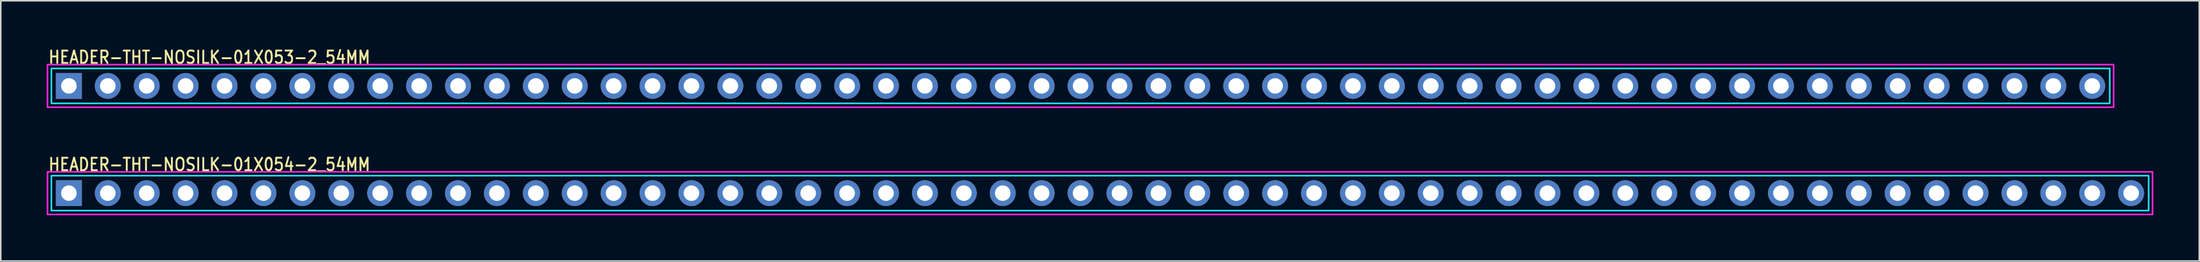
<source format=kicad_pcb>
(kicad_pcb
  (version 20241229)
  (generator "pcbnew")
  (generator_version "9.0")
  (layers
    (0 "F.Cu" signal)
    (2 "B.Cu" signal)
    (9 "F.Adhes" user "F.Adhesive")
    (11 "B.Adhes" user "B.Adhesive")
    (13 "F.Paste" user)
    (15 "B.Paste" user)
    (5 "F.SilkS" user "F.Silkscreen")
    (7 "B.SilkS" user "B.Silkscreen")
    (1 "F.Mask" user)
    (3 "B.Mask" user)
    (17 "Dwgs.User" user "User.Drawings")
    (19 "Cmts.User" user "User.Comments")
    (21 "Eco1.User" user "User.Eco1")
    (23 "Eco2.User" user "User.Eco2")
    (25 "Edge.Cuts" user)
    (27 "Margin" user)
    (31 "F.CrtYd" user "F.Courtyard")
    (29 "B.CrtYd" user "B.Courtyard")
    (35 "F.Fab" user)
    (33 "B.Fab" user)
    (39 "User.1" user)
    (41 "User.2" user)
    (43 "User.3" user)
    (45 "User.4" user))
  (footprint "HEADER-THT-NOSILK-01X053-2_54MM"
    (layer "F.Cu")
    (at 1.447 2.579)
    (property "Reference" "HEADER-THT-NOSILK-01X053-2_54MM" (at -1.4 -1.4 0) (unlocked yes) (layer "F.SilkS") (effects (font (size 0.813 0.695) (thickness 0.122)) (justify left bottom)))
    (fp_poly (pts (xy -1.143 -1.143) (xy 133.223 -1.143) (xy 133.223 1.143) (xy -1.143 1.143)) (stroke (width 0.1) (type solid)) (fill no) (layer "B.CrtYd"))
    (fp_poly (pts (xy -1.397 -1.397) (xy 133.477 -1.397) (xy 133.477 1.397) (xy -1.397 1.397)) (stroke (width 0.1) (type solid)) (fill no) (layer "F.CrtYd"))
    (pad "1" thru_hole rect (at 0 0) (size 1.693 1.693) (drill 1.016) (layers "*.Cu" "*.Mask"))
    (pad "2" thru_hole oval (at 2.54 0) (size 1.693 1.693) (drill 1.016) (layers "*.Cu" "*.Mask"))
    (pad "3" thru_hole oval (at 5.08 0) (size 1.693 1.693) (drill 1.016) (layers "*.Cu" "*.Mask"))
    (pad "4" thru_hole oval (at 7.62 0) (size 1.693 1.693) (drill 1.016) (layers "*.Cu" "*.Mask"))
    (pad "5" thru_hole oval (at 10.16 0) (size 1.693 1.693) (drill 1.016) (layers "*.Cu" "*.Mask"))
    (pad "6" thru_hole oval (at 12.7 0) (size 1.693 1.693) (drill 1.016) (layers "*.Cu" "*.Mask"))
    (pad "7" thru_hole oval (at 15.24 0) (size 1.693 1.693) (drill 1.016) (layers "*.Cu" "*.Mask"))
    (pad "8" thru_hole oval (at 17.78 0) (size 1.693 1.693) (drill 1.016) (layers "*.Cu" "*.Mask"))
    (pad "9" thru_hole oval (at 20.32 0) (size 1.693 1.693) (drill 1.016) (layers "*.Cu" "*.Mask"))
    (pad "10" thru_hole oval (at 22.86 0) (size 1.693 1.693) (drill 1.016) (layers "*.Cu" "*.Mask"))
    (pad "11" thru_hole oval (at 25.4 0) (size 1.693 1.693) (drill 1.016) (layers "*.Cu" "*.Mask"))
    (pad "12" thru_hole oval (at 27.94 0) (size 1.693 1.693) (drill 1.016) (layers "*.Cu" "*.Mask"))
    (pad "13" thru_hole oval (at 30.48 0) (size 1.693 1.693) (drill 1.016) (layers "*.Cu" "*.Mask"))
    (pad "14" thru_hole oval (at 33.02 0) (size 1.693 1.693) (drill 1.016) (layers "*.Cu" "*.Mask"))
    (pad "15" thru_hole oval (at 35.56 0) (size 1.693 1.693) (drill 1.016) (layers "*.Cu" "*.Mask"))
    (pad "16" thru_hole oval (at 38.1 0) (size 1.693 1.693) (drill 1.016) (layers "*.Cu" "*.Mask"))
    (pad "17" thru_hole oval (at 40.64 0) (size 1.693 1.693) (drill 1.016) (layers "*.Cu" "*.Mask"))
    (pad "18" thru_hole oval (at 43.18 0) (size 1.693 1.693) (drill 1.016) (layers "*.Cu" "*.Mask"))
    (pad "19" thru_hole oval (at 45.72 0) (size 1.693 1.693) (drill 1.016) (layers "*.Cu" "*.Mask"))
    (pad "20" thru_hole oval (at 48.26 0) (size 1.693 1.693) (drill 1.016) (layers "*.Cu" "*.Mask"))
    (pad "21" thru_hole oval (at 50.8 0) (size 1.693 1.693) (drill 1.016) (layers "*.Cu" "*.Mask"))
    (pad "22" thru_hole oval (at 53.34 0) (size 1.693 1.693) (drill 1.016) (layers "*.Cu" "*.Mask"))
    (pad "23" thru_hole oval (at 55.88 0) (size 1.693 1.693) (drill 1.016) (layers "*.Cu" "*.Mask"))
    (pad "24" thru_hole oval (at 58.42 0) (size 1.693 1.693) (drill 1.016) (layers "*.Cu" "*.Mask"))
    (pad "25" thru_hole oval (at 60.96 0) (size 1.693 1.693) (drill 1.016) (layers "*.Cu" "*.Mask"))
    (pad "26" thru_hole oval (at 63.5 0) (size 1.693 1.693) (drill 1.016) (layers "*.Cu" "*.Mask"))
    (pad "27" thru_hole oval (at 66.04 0) (size 1.693 1.693) (drill 1.016) (layers "*.Cu" "*.Mask"))
    (pad "28" thru_hole oval (at 68.58 0) (size 1.693 1.693) (drill 1.016) (layers "*.Cu" "*.Mask"))
    (pad "29" thru_hole oval (at 71.12 0) (size 1.693 1.693) (drill 1.016) (layers "*.Cu" "*.Mask"))
    (pad "30" thru_hole oval (at 73.66 0) (size 1.693 1.693) (drill 1.016) (layers "*.Cu" "*.Mask"))
    (pad "31" thru_hole oval (at 76.2 0) (size 1.693 1.693) (drill 1.016) (layers "*.Cu" "*.Mask"))
    (pad "32" thru_hole oval (at 78.74 0) (size 1.693 1.693) (drill 1.016) (layers "*.Cu" "*.Mask"))
    (pad "33" thru_hole oval (at 81.28 0) (size 1.693 1.693) (drill 1.016) (layers "*.Cu" "*.Mask"))
    (pad "34" thru_hole oval (at 83.82 0) (size 1.693 1.693) (drill 1.016) (layers "*.Cu" "*.Mask"))
    (pad "35" thru_hole oval (at 86.36 0) (size 1.693 1.693) (drill 1.016) (layers "*.Cu" "*.Mask"))
    (pad "36" thru_hole oval (at 88.9 0) (size 1.693 1.693) (drill 1.016) (layers "*.Cu" "*.Mask"))
    (pad "37" thru_hole oval (at 91.44 0) (size 1.693 1.693) (drill 1.016) (layers "*.Cu" "*.Mask"))
    (pad "38" thru_hole oval (at 93.98 0) (size 1.693 1.693) (drill 1.016) (layers "*.Cu" "*.Mask"))
    (pad "39" thru_hole oval (at 96.52 0) (size 1.693 1.693) (drill 1.016) (layers "*.Cu" "*.Mask"))
    (pad "40" thru_hole oval (at 99.06 0) (size 1.693 1.693) (drill 1.016) (layers "*.Cu" "*.Mask"))
    (pad "41" thru_hole oval (at 101.6 0) (size 1.693 1.693) (drill 1.016) (layers "*.Cu" "*.Mask"))
    (pad "42" thru_hole oval (at 104.14 0) (size 1.693 1.693) (drill 1.016) (layers "*.Cu" "*.Mask"))
    (pad "43" thru_hole oval (at 106.68 0) (size 1.693 1.693) (drill 1.016) (layers "*.Cu" "*.Mask"))
    (pad "44" thru_hole oval (at 109.22 0) (size 1.693 1.693) (drill 1.016) (layers "*.Cu" "*.Mask"))
    (pad "45" thru_hole oval (at 111.76 0) (size 1.693 1.693) (drill 1.016) (layers "*.Cu" "*.Mask"))
    (pad "46" thru_hole oval (at 114.3 0) (size 1.693 1.693) (drill 1.016) (layers "*.Cu" "*.Mask"))
    (pad "47" thru_hole oval (at 116.84 0) (size 1.693 1.693) (drill 1.016) (layers "*.Cu" "*.Mask"))
    (pad "48" thru_hole oval (at 119.38 0) (size 1.693 1.693) (drill 1.016) (layers "*.Cu" "*.Mask"))
    (pad "49" thru_hole oval (at 121.92 0) (size 1.693 1.693) (drill 1.016) (layers "*.Cu" "*.Mask"))
    (pad "50" thru_hole oval (at 124.46 0) (size 1.693 1.693) (drill 1.016) (layers "*.Cu" "*.Mask"))
    (pad "51" thru_hole oval (at 127 0) (size 1.693 1.693) (drill 1.016) (layers "*.Cu" "*.Mask"))
    (pad "52" thru_hole oval (at 129.54 0) (size 1.693 1.693) (drill 1.016) (layers "*.Cu" "*.Mask"))
    (pad "53" thru_hole oval (at 132.08 0) (size 1.693 1.693) (drill 1.016) (layers "*.Cu" "*.Mask")))
  (footprint "HEADER-THT-NOSILK-01X054-2_54MM"
    (layer "F.Cu")
    (at 1.447 9.604)
    (property "Reference" "HEADER-THT-NOSILK-01X054-2_54MM" (at -1.4 -1.4 0) (unlocked yes) (layer "F.SilkS") (effects (font (size 0.813 0.695) (thickness 0.122)) (justify left bottom)))
    (fp_poly (pts (xy -1.143 -1.143) (xy 135.763 -1.143) (xy 135.763 1.143) (xy -1.143 1.143)) (stroke (width 0.1) (type solid)) (fill no) (layer "B.CrtYd"))
    (fp_poly (pts (xy -1.397 -1.397) (xy 136.017 -1.397) (xy 136.017 1.397) (xy -1.397 1.397)) (stroke (width 0.1) (type solid)) (fill no) (layer "F.CrtYd"))
    (pad "P$1" thru_hole rect (at 0 0) (size 1.693 1.693) (drill 1.016) (layers "*.Cu" "*.Mask"))
    (pad "P$2" thru_hole oval (at 2.54 0) (size 1.693 1.693) (drill 1.016) (layers "*.Cu" "*.Mask"))
    (pad "P$3" thru_hole oval (at 5.08 0) (size 1.693 1.693) (drill 1.016) (layers "*.Cu" "*.Mask"))
    (pad "P$4" thru_hole oval (at 7.62 0) (size 1.693 1.693) (drill 1.016) (layers "*.Cu" "*.Mask"))
    (pad "P$5" thru_hole oval (at 10.16 0) (size 1.693 1.693) (drill 1.016) (layers "*.Cu" "*.Mask"))
    (pad "P$6" thru_hole oval (at 12.7 0) (size 1.693 1.693) (drill 1.016) (layers "*.Cu" "*.Mask"))
    (pad "P$7" thru_hole oval (at 15.24 0) (size 1.693 1.693) (drill 1.016) (layers "*.Cu" "*.Mask"))
    (pad "P$8" thru_hole oval (at 17.78 0) (size 1.693 1.693) (drill 1.016) (layers "*.Cu" "*.Mask"))
    (pad "P$9" thru_hole oval (at 20.32 0) (size 1.693 1.693) (drill 1.016) (layers "*.Cu" "*.Mask"))
    (pad "P$10" thru_hole oval (at 22.86 0) (size 1.693 1.693) (drill 1.016) (layers "*.Cu" "*.Mask"))
    (pad "P$11" thru_hole oval (at 25.4 0) (size 1.693 1.693) (drill 1.016) (layers "*.Cu" "*.Mask"))
    (pad "P$12" thru_hole oval (at 27.94 0) (size 1.693 1.693) (drill 1.016) (layers "*.Cu" "*.Mask"))
    (pad "P$13" thru_hole oval (at 30.48 0) (size 1.693 1.693) (drill 1.016) (layers "*.Cu" "*.Mask"))
    (pad "P$14" thru_hole oval (at 33.02 0) (size 1.693 1.693) (drill 1.016) (layers "*.Cu" "*.Mask"))
    (pad "P$15" thru_hole oval (at 35.56 0) (size 1.693 1.693) (drill 1.016) (layers "*.Cu" "*.Mask"))
    (pad "P$16" thru_hole oval (at 38.1 0) (size 1.693 1.693) (drill 1.016) (layers "*.Cu" "*.Mask"))
    (pad "P$17" thru_hole oval (at 40.64 0) (size 1.693 1.693) (drill 1.016) (layers "*.Cu" "*.Mask"))
    (pad "P$18" thru_hole oval (at 43.18 0) (size 1.693 1.693) (drill 1.016) (layers "*.Cu" "*.Mask"))
    (pad "P$19" thru_hole oval (at 45.72 0) (size 1.693 1.693) (drill 1.016) (layers "*.Cu" "*.Mask"))
    (pad "P$20" thru_hole oval (at 48.26 0) (size 1.693 1.693) (drill 1.016) (layers "*.Cu" "*.Mask"))
    (pad "P$21" thru_hole oval (at 50.8 0) (size 1.693 1.693) (drill 1.016) (layers "*.Cu" "*.Mask"))
    (pad "P$22" thru_hole oval (at 53.34 0) (size 1.693 1.693) (drill 1.016) (layers "*.Cu" "*.Mask"))
    (pad "P$23" thru_hole oval (at 55.88 0) (size 1.693 1.693) (drill 1.016) (layers "*.Cu" "*.Mask"))
    (pad "P$24" thru_hole oval (at 58.42 0) (size 1.693 1.693) (drill 1.016) (layers "*.Cu" "*.Mask"))
    (pad "P$25" thru_hole oval (at 60.96 0) (size 1.693 1.693) (drill 1.016) (layers "*.Cu" "*.Mask"))
    (pad "P$26" thru_hole oval (at 63.5 0) (size 1.693 1.693) (drill 1.016) (layers "*.Cu" "*.Mask"))
    (pad "P$27" thru_hole oval (at 66.04 0) (size 1.693 1.693) (drill 1.016) (layers "*.Cu" "*.Mask"))
    (pad "P$28" thru_hole oval (at 68.58 0) (size 1.693 1.693) (drill 1.016) (layers "*.Cu" "*.Mask"))
    (pad "P$29" thru_hole oval (at 71.12 0) (size 1.693 1.693) (drill 1.016) (layers "*.Cu" "*.Mask"))
    (pad "P$30" thru_hole oval (at 73.66 0) (size 1.693 1.693) (drill 1.016) (layers "*.Cu" "*.Mask"))
    (pad "P$31" thru_hole oval (at 76.2 0) (size 1.693 1.693) (drill 1.016) (layers "*.Cu" "*.Mask"))
    (pad "P$32" thru_hole oval (at 78.74 0) (size 1.693 1.693) (drill 1.016) (layers "*.Cu" "*.Mask"))
    (pad "P$33" thru_hole oval (at 81.28 0) (size 1.693 1.693) (drill 1.016) (layers "*.Cu" "*.Mask"))
    (pad "P$34" thru_hole oval (at 83.82 0) (size 1.693 1.693) (drill 1.016) (layers "*.Cu" "*.Mask"))
    (pad "P$35" thru_hole oval (at 86.36 0) (size 1.693 1.693) (drill 1.016) (layers "*.Cu" "*.Mask"))
    (pad "P$36" thru_hole oval (at 88.9 0) (size 1.693 1.693) (drill 1.016) (layers "*.Cu" "*.Mask"))
    (pad "P$37" thru_hole oval (at 91.44 0) (size 1.693 1.693) (drill 1.016) (layers "*.Cu" "*.Mask"))
    (pad "P$38" thru_hole oval (at 93.98 0) (size 1.693 1.693) (drill 1.016) (layers "*.Cu" "*.Mask"))
    (pad "P$39" thru_hole oval (at 96.52 0) (size 1.693 1.693) (drill 1.016) (layers "*.Cu" "*.Mask"))
    (pad "P$40" thru_hole oval (at 99.06 0) (size 1.693 1.693) (drill 1.016) (layers "*.Cu" "*.Mask"))
    (pad "P$41" thru_hole oval (at 101.6 0) (size 1.693 1.693) (drill 1.016) (layers "*.Cu" "*.Mask"))
    (pad "P$42" thru_hole oval (at 104.14 0) (size 1.693 1.693) (drill 1.016) (layers "*.Cu" "*.Mask"))
    (pad "P$43" thru_hole oval (at 106.68 0) (size 1.693 1.693) (drill 1.016) (layers "*.Cu" "*.Mask"))
    (pad "P$44" thru_hole oval (at 109.22 0) (size 1.693 1.693) (drill 1.016) (layers "*.Cu" "*.Mask"))
    (pad "P$45" thru_hole oval (at 111.76 0) (size 1.693 1.693) (drill 1.016) (layers "*.Cu" "*.Mask"))
    (pad "P$46" thru_hole oval (at 114.3 0) (size 1.693 1.693) (drill 1.016) (layers "*.Cu" "*.Mask"))
    (pad "P$47" thru_hole oval (at 116.84 0) (size 1.693 1.693) (drill 1.016) (layers "*.Cu" "*.Mask"))
    (pad "P$48" thru_hole oval (at 119.38 0) (size 1.693 1.693) (drill 1.016) (layers "*.Cu" "*.Mask"))
    (pad "P$49" thru_hole oval (at 121.92 0) (size 1.693 1.693) (drill 1.016) (layers "*.Cu" "*.Mask"))
    (pad "P$50" thru_hole oval (at 124.46 0) (size 1.693 1.693) (drill 1.016) (layers "*.Cu" "*.Mask"))
    (pad "P$51" thru_hole oval (at 127 0) (size 1.693 1.693) (drill 1.016) (layers "*.Cu" "*.Mask"))
    (pad "P$52" thru_hole oval (at 129.54 0) (size 1.693 1.693) (drill 1.016) (layers "*.Cu" "*.Mask"))
    (pad "P$53" thru_hole oval (at 132.08 0) (size 1.693 1.693) (drill 1.016) (layers "*.Cu" "*.Mask"))
    (pad "P$54" thru_hole oval (at 134.62 0) (size 1.693 1.693) (drill 1.016) (layers "*.Cu" "*.Mask")))
  (gr_rect
    (start -3 -3)
    (end 140.514 14.051)
    (stroke (width 0.1) (type default))
    (fill no)
    (layer "Edge.Cuts")))
</source>
